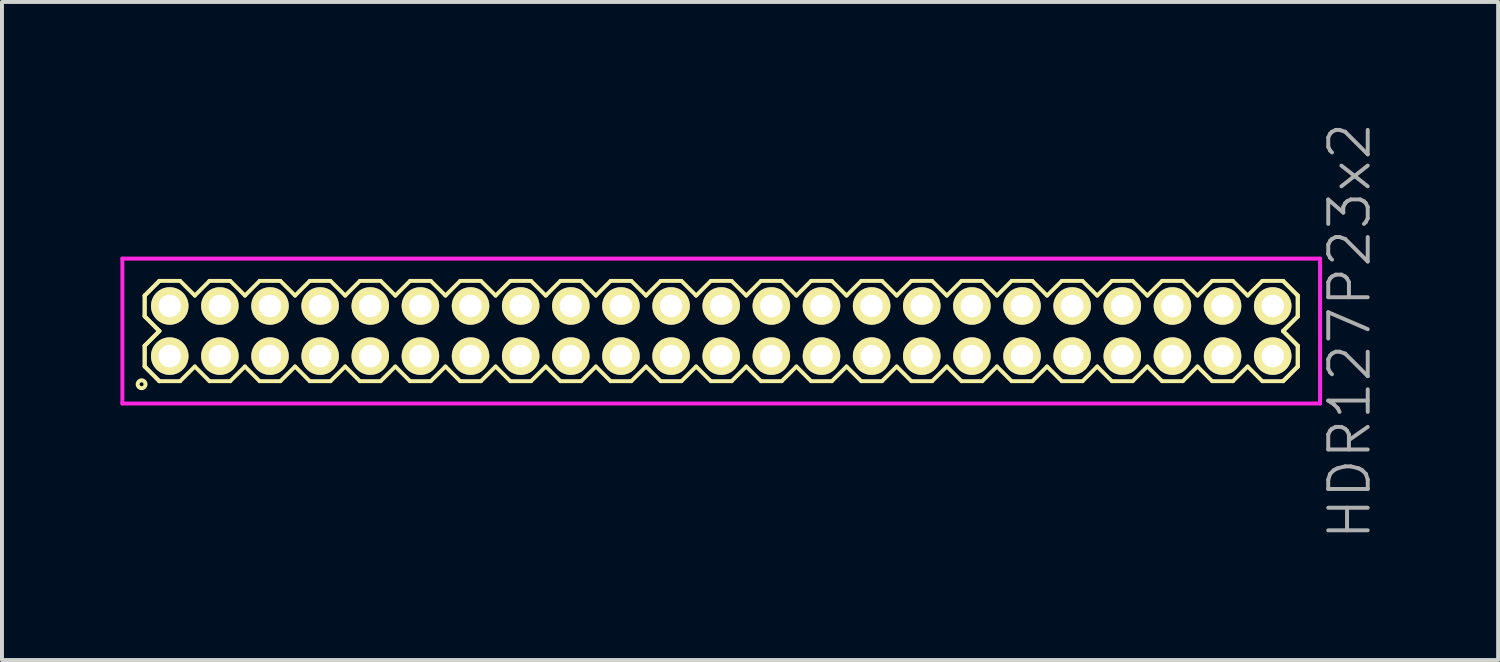
<source format=kicad_pcb>
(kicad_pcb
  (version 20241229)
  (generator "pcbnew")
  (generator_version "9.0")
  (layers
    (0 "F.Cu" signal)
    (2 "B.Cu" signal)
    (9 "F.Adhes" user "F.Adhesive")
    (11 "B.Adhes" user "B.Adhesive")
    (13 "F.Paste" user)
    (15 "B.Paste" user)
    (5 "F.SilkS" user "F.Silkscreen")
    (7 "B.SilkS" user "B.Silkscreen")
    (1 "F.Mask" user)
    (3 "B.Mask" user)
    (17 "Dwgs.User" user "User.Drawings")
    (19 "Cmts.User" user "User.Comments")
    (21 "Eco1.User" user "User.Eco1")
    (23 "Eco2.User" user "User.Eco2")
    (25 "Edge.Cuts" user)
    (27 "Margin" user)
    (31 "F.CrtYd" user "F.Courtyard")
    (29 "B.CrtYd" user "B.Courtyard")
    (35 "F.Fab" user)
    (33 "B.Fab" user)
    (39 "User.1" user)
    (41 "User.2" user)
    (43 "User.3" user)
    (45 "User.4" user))
  (footprint "HDR127P23x2"
    (layer "F.Cu")
    (at 15.22 5.336)
    (property "Reference" "HDR127P23x2" (at 15.92 0 90) (layer "F.Fab") (effects (font (size 1 1) (thickness 0.1))))
    (attr through_hole)
    (fp_line (start -14.605 -0.898) (end -14.233 -1.27) (stroke (width 0.1) (type solid)) (layer "F.SilkS"))
    (fp_line (start -14.605 -0.898) (end -14.233 -1.27) (stroke (width 0.1) (type solid)) (layer "F.SilkS"))
    (fp_line (start -14.605 -0.372) (end -14.605 -0.898) (stroke (width 0.1) (type solid)) (layer "F.SilkS"))
    (fp_line (start -14.605 -0.372) (end -14.605 -0.898) (stroke (width 0.1) (type solid)) (layer "F.SilkS"))
    (fp_line (start -14.605 0.372) (end -14.233 0) (stroke (width 0.1) (type solid)) (layer "F.SilkS"))
    (fp_line (start -14.605 0.372) (end -14.233 0) (stroke (width 0.1) (type solid)) (layer "F.SilkS"))
    (fp_line (start -14.605 0.898) (end -14.605 0.372) (stroke (width 0.1) (type solid)) (layer "F.SilkS"))
    (fp_line (start -14.605 0.898) (end -14.605 0.372) (stroke (width 0.1) (type solid)) (layer "F.SilkS"))
    (fp_line (start -14.233 -1.27) (end -13.707 -1.27) (stroke (width 0.1) (type solid)) (layer "F.SilkS"))
    (fp_line (start -14.233 0) (end -14.605 -0.372) (stroke (width 0.1) (type solid)) (layer "F.SilkS"))
    (fp_line (start -14.233 0) (end -14.605 -0.372) (stroke (width 0.1) (type solid)) (layer "F.SilkS"))
    (fp_line (start -14.233 1.27) (end -14.605 0.898) (stroke (width 0.1) (type solid)) (layer "F.SilkS"))
    (fp_line (start -14.233 1.27) (end -14.605 0.898) (stroke (width 0.1) (type solid)) (layer "F.SilkS"))
    (fp_line (start -13.707 -1.27) (end -13.335 -0.898) (stroke (width 0.1) (type solid)) (layer "F.SilkS"))
    (fp_line (start -13.707 1.27) (end -14.233 1.27) (stroke (width 0.1) (type solid)) (layer "F.SilkS"))
    (fp_line (start -13.335 -0.898) (end -12.963 -1.27) (stroke (width 0.1) (type solid)) (layer "F.SilkS"))
    (fp_line (start -13.335 0.898) (end -13.707 1.27) (stroke (width 0.1) (type solid)) (layer "F.SilkS"))
    (fp_line (start -12.963 -1.27) (end -12.437 -1.27) (stroke (width 0.1) (type solid)) (layer "F.SilkS"))
    (fp_line (start -12.963 1.27) (end -13.335 0.898) (stroke (width 0.1) (type solid)) (layer "F.SilkS"))
    (fp_line (start -12.437 -1.27) (end -12.065 -0.898) (stroke (width 0.1) (type solid)) (layer "F.SilkS"))
    (fp_line (start -12.437 1.27) (end -12.963 1.27) (stroke (width 0.1) (type solid)) (layer "F.SilkS"))
    (fp_line (start -12.065 -0.898) (end -11.693 -1.27) (stroke (width 0.1) (type solid)) (layer "F.SilkS"))
    (fp_line (start -12.065 0.898) (end -12.437 1.27) (stroke (width 0.1) (type solid)) (layer "F.SilkS"))
    (fp_line (start -11.693 -1.27) (end -11.167 -1.27) (stroke (width 0.1) (type solid)) (layer "F.SilkS"))
    (fp_line (start -11.693 1.27) (end -12.065 0.898) (stroke (width 0.1) (type solid)) (layer "F.SilkS"))
    (fp_line (start -11.167 -1.27) (end -10.795 -0.898) (stroke (width 0.1) (type solid)) (layer "F.SilkS"))
    (fp_line (start -11.167 1.27) (end -11.693 1.27) (stroke (width 0.1) (type solid)) (layer "F.SilkS"))
    (fp_line (start -10.795 -0.898) (end -10.423 -1.27) (stroke (width 0.1) (type solid)) (layer "F.SilkS"))
    (fp_line (start -10.795 0.898) (end -11.167 1.27) (stroke (width 0.1) (type solid)) (layer "F.SilkS"))
    (fp_line (start -10.423 -1.27) (end -9.897 -1.27) (stroke (width 0.1) (type solid)) (layer "F.SilkS"))
    (fp_line (start -10.423 1.27) (end -10.795 0.898) (stroke (width 0.1) (type solid)) (layer "F.SilkS"))
    (fp_line (start -9.897 -1.27) (end -9.525 -0.898) (stroke (width 0.1) (type solid)) (layer "F.SilkS"))
    (fp_line (start -9.897 1.27) (end -10.423 1.27) (stroke (width 0.1) (type solid)) (layer "F.SilkS"))
    (fp_line (start -9.525 -0.898) (end -9.153 -1.27) (stroke (width 0.1) (type solid)) (layer "F.SilkS"))
    (fp_line (start -9.525 0.898) (end -9.897 1.27) (stroke (width 0.1) (type solid)) (layer "F.SilkS"))
    (fp_line (start -9.153 -1.27) (end -8.627 -1.27) (stroke (width 0.1) (type solid)) (layer "F.SilkS"))
    (fp_line (start -9.153 1.27) (end -9.525 0.898) (stroke (width 0.1) (type solid)) (layer "F.SilkS"))
    (fp_line (start -8.627 -1.27) (end -8.255 -0.898) (stroke (width 0.1) (type solid)) (layer "F.SilkS"))
    (fp_line (start -8.627 1.27) (end -9.153 1.27) (stroke (width 0.1) (type solid)) (layer "F.SilkS"))
    (fp_line (start -8.255 -0.898) (end -7.883 -1.27) (stroke (width 0.1) (type solid)) (layer "F.SilkS"))
    (fp_line (start -8.255 0.898) (end -8.627 1.27) (stroke (width 0.1) (type solid)) (layer "F.SilkS"))
    (fp_line (start -7.883 -1.27) (end -7.357 -1.27) (stroke (width 0.1) (type solid)) (layer "F.SilkS"))
    (fp_line (start -7.883 1.27) (end -8.255 0.898) (stroke (width 0.1) (type solid)) (layer "F.SilkS"))
    (fp_line (start -7.357 -1.27) (end -6.985 -0.898) (stroke (width 0.1) (type solid)) (layer "F.SilkS"))
    (fp_line (start -7.357 1.27) (end -7.883 1.27) (stroke (width 0.1) (type solid)) (layer "F.SilkS"))
    (fp_line (start -6.985 -0.898) (end -6.613 -1.27) (stroke (width 0.1) (type solid)) (layer "F.SilkS"))
    (fp_line (start -6.985 0.898) (end -7.357 1.27) (stroke (width 0.1) (type solid)) (layer "F.SilkS"))
    (fp_line (start -6.613 -1.27) (end -6.087 -1.27) (stroke (width 0.1) (type solid)) (layer "F.SilkS"))
    (fp_line (start -6.613 1.27) (end -6.985 0.898) (stroke (width 0.1) (type solid)) (layer "F.SilkS"))
    (fp_line (start -6.087 -1.27) (end -5.715 -0.898) (stroke (width 0.1) (type solid)) (layer "F.SilkS"))
    (fp_line (start -6.087 1.27) (end -6.613 1.27) (stroke (width 0.1) (type solid)) (layer "F.SilkS"))
    (fp_line (start -5.715 -0.898) (end -5.343 -1.27) (stroke (width 0.1) (type solid)) (layer "F.SilkS"))
    (fp_line (start -5.715 0.898) (end -6.087 1.27) (stroke (width 0.1) (type solid)) (layer "F.SilkS"))
    (fp_line (start -5.343 -1.27) (end -4.817 -1.27) (stroke (width 0.1) (type solid)) (layer "F.SilkS"))
    (fp_line (start -5.343 1.27) (end -5.715 0.898) (stroke (width 0.1) (type solid)) (layer "F.SilkS"))
    (fp_line (start -4.817 -1.27) (end -4.445 -0.898) (stroke (width 0.1) (type solid)) (layer "F.SilkS"))
    (fp_line (start -4.817 1.27) (end -5.343 1.27) (stroke (width 0.1) (type solid)) (layer "F.SilkS"))
    (fp_line (start -4.445 -0.898) (end -4.073 -1.27) (stroke (width 0.1) (type solid)) (layer "F.SilkS"))
    (fp_line (start -4.445 0.898) (end -4.817 1.27) (stroke (width 0.1) (type solid)) (layer "F.SilkS"))
    (fp_line (start -4.073 -1.27) (end -3.547 -1.27) (stroke (width 0.1) (type solid)) (layer "F.SilkS"))
    (fp_line (start -4.073 1.27) (end -4.445 0.898) (stroke (width 0.1) (type solid)) (layer "F.SilkS"))
    (fp_line (start -3.547 -1.27) (end -3.175 -0.898) (stroke (width 0.1) (type solid)) (layer "F.SilkS"))
    (fp_line (start -3.547 1.27) (end -4.073 1.27) (stroke (width 0.1) (type solid)) (layer "F.SilkS"))
    (fp_line (start -3.175 -0.898) (end -2.803 -1.27) (stroke (width 0.1) (type solid)) (layer "F.SilkS"))
    (fp_line (start -3.175 0.898) (end -3.547 1.27) (stroke (width 0.1) (type solid)) (layer "F.SilkS"))
    (fp_line (start -2.803 -1.27) (end -2.277 -1.27) (stroke (width 0.1) (type solid)) (layer "F.SilkS"))
    (fp_line (start -2.803 1.27) (end -3.175 0.898) (stroke (width 0.1) (type solid)) (layer "F.SilkS"))
    (fp_line (start -2.277 -1.27) (end -1.905 -0.898) (stroke (width 0.1) (type solid)) (layer "F.SilkS"))
    (fp_line (start -2.277 1.27) (end -2.803 1.27) (stroke (width 0.1) (type solid)) (layer "F.SilkS"))
    (fp_line (start -1.905 -0.898) (end -1.533 -1.27) (stroke (width 0.1) (type solid)) (layer "F.SilkS"))
    (fp_line (start -1.905 0.898) (end -2.277 1.27) (stroke (width 0.1) (type solid)) (layer "F.SilkS"))
    (fp_line (start -1.533 -1.27) (end -1.007 -1.27) (stroke (width 0.1) (type solid)) (layer "F.SilkS"))
    (fp_line (start -1.533 1.27) (end -1.905 0.898) (stroke (width 0.1) (type solid)) (layer "F.SilkS"))
    (fp_line (start -1.007 -1.27) (end -0.635 -0.898) (stroke (width 0.1) (type solid)) (layer "F.SilkS"))
    (fp_line (start -1.007 1.27) (end -1.533 1.27) (stroke (width 0.1) (type solid)) (layer "F.SilkS"))
    (fp_line (start -0.635 -0.898) (end -0.263 -1.27) (stroke (width 0.1) (type solid)) (layer "F.SilkS"))
    (fp_line (start -0.635 0.898) (end -1.007 1.27) (stroke (width 0.1) (type solid)) (layer "F.SilkS"))
    (fp_line (start -0.263 -1.27) (end 0.263 -1.27) (stroke (width 0.1) (type solid)) (layer "F.SilkS"))
    (fp_line (start -0.263 1.27) (end -0.635 0.898) (stroke (width 0.1) (type solid)) (layer "F.SilkS"))
    (fp_line (start 0.263 -1.27) (end 0.635 -0.898) (stroke (width 0.1) (type solid)) (layer "F.SilkS"))
    (fp_line (start 0.263 1.27) (end -0.263 1.27) (stroke (width 0.1) (type solid)) (layer "F.SilkS"))
    (fp_line (start 0.635 -0.898) (end 1.007 -1.27) (stroke (width 0.1) (type solid)) (layer "F.SilkS"))
    (fp_line (start 0.635 0.898) (end 0.263 1.27) (stroke (width 0.1) (type solid)) (layer "F.SilkS"))
    (fp_line (start 1.007 -1.27) (end 1.533 -1.27) (stroke (width 0.1) (type solid)) (layer "F.SilkS"))
    (fp_line (start 1.007 1.27) (end 0.635 0.898) (stroke (width 0.1) (type solid)) (layer "F.SilkS"))
    (fp_line (start 1.533 -1.27) (end 1.905 -0.898) (stroke (width 0.1) (type solid)) (layer "F.SilkS"))
    (fp_line (start 1.533 1.27) (end 1.007 1.27) (stroke (width 0.1) (type solid)) (layer "F.SilkS"))
    (fp_line (start 1.905 -0.898) (end 2.277 -1.27) (stroke (width 0.1) (type solid)) (layer "F.SilkS"))
    (fp_line (start 1.905 0.898) (end 1.533 1.27) (stroke (width 0.1) (type solid)) (layer "F.SilkS"))
    (fp_line (start 2.277 -1.27) (end 2.803 -1.27) (stroke (width 0.1) (type solid)) (layer "F.SilkS"))
    (fp_line (start 2.277 1.27) (end 1.905 0.898) (stroke (width 0.1) (type solid)) (layer "F.SilkS"))
    (fp_line (start 2.803 -1.27) (end 3.175 -0.898) (stroke (width 0.1) (type solid)) (layer "F.SilkS"))
    (fp_line (start 2.803 1.27) (end 2.277 1.27) (stroke (width 0.1) (type solid)) (layer "F.SilkS"))
    (fp_line (start 3.175 -0.898) (end 3.547 -1.27) (stroke (width 0.1) (type solid)) (layer "F.SilkS"))
    (fp_line (start 3.175 0.898) (end 2.803 1.27) (stroke (width 0.1) (type solid)) (layer "F.SilkS"))
    (fp_line (start 3.547 -1.27) (end 4.073 -1.27) (stroke (width 0.1) (type solid)) (layer "F.SilkS"))
    (fp_line (start 3.547 1.27) (end 3.175 0.898) (stroke (width 0.1) (type solid)) (layer "F.SilkS"))
    (fp_line (start 4.073 -1.27) (end 4.445 -0.898) (stroke (width 0.1) (type solid)) (layer "F.SilkS"))
    (fp_line (start 4.073 1.27) (end 3.547 1.27) (stroke (width 0.1) (type solid)) (layer "F.SilkS"))
    (fp_line (start 4.445 -0.898) (end 4.817 -1.27) (stroke (width 0.1) (type solid)) (layer "F.SilkS"))
    (fp_line (start 4.445 0.898) (end 4.073 1.27) (stroke (width 0.1) (type solid)) (layer "F.SilkS"))
    (fp_line (start 4.817 -1.27) (end 5.343 -1.27) (stroke (width 0.1) (type solid)) (layer "F.SilkS"))
    (fp_line (start 4.817 1.27) (end 4.445 0.898) (stroke (width 0.1) (type solid)) (layer "F.SilkS"))
    (fp_line (start 5.343 -1.27) (end 5.715 -0.898) (stroke (width 0.1) (type solid)) (layer "F.SilkS"))
    (fp_line (start 5.343 1.27) (end 4.817 1.27) (stroke (width 0.1) (type solid)) (layer "F.SilkS"))
    (fp_line (start 5.715 -0.898) (end 6.087 -1.27) (stroke (width 0.1) (type solid)) (layer "F.SilkS"))
    (fp_line (start 5.715 0.898) (end 5.343 1.27) (stroke (width 0.1) (type solid)) (layer "F.SilkS"))
    (fp_line (start 6.087 -1.27) (end 6.613 -1.27) (stroke (width 0.1) (type solid)) (layer "F.SilkS"))
    (fp_line (start 6.087 1.27) (end 5.715 0.898) (stroke (width 0.1) (type solid)) (layer "F.SilkS"))
    (fp_line (start 6.613 -1.27) (end 6.985 -0.898) (stroke (width 0.1) (type solid)) (layer "F.SilkS"))
    (fp_line (start 6.613 1.27) (end 6.087 1.27) (stroke (width 0.1) (type solid)) (layer "F.SilkS"))
    (fp_line (start 6.985 -0.898) (end 7.357 -1.27) (stroke (width 0.1) (type solid)) (layer "F.SilkS"))
    (fp_line (start 6.985 0.898) (end 6.613 1.27) (stroke (width 0.1) (type solid)) (layer "F.SilkS"))
    (fp_line (start 7.357 -1.27) (end 7.883 -1.27) (stroke (width 0.1) (type solid)) (layer "F.SilkS"))
    (fp_line (start 7.357 1.27) (end 6.985 0.898) (stroke (width 0.1) (type solid)) (layer "F.SilkS"))
    (fp_line (start 7.883 -1.27) (end 8.255 -0.898) (stroke (width 0.1) (type solid)) (layer "F.SilkS"))
    (fp_line (start 7.883 1.27) (end 7.357 1.27) (stroke (width 0.1) (type solid)) (layer "F.SilkS"))
    (fp_line (start 8.255 -0.898) (end 8.627 -1.27) (stroke (width 0.1) (type solid)) (layer "F.SilkS"))
    (fp_line (start 8.255 0.898) (end 7.883 1.27) (stroke (width 0.1) (type solid)) (layer "F.SilkS"))
    (fp_line (start 8.627 -1.27) (end 9.153 -1.27) (stroke (width 0.1) (type solid)) (layer "F.SilkS"))
    (fp_line (start 8.627 1.27) (end 8.255 0.898) (stroke (width 0.1) (type solid)) (layer "F.SilkS"))
    (fp_line (start 9.153 -1.27) (end 9.525 -0.898) (stroke (width 0.1) (type solid)) (layer "F.SilkS"))
    (fp_line (start 9.153 1.27) (end 8.627 1.27) (stroke (width 0.1) (type solid)) (layer "F.SilkS"))
    (fp_line (start 9.525 -0.898) (end 9.897 -1.27) (stroke (width 0.1) (type solid)) (layer "F.SilkS"))
    (fp_line (start 9.525 0.898) (end 9.153 1.27) (stroke (width 0.1) (type solid)) (layer "F.SilkS"))
    (fp_line (start 9.897 -1.27) (end 10.423 -1.27) (stroke (width 0.1) (type solid)) (layer "F.SilkS"))
    (fp_line (start 9.897 1.27) (end 9.525 0.898) (stroke (width 0.1) (type solid)) (layer "F.SilkS"))
    (fp_line (start 10.423 -1.27) (end 10.795 -0.898) (stroke (width 0.1) (type solid)) (layer "F.SilkS"))
    (fp_line (start 10.423 1.27) (end 9.897 1.27) (stroke (width 0.1) (type solid)) (layer "F.SilkS"))
    (fp_line (start 10.795 -0.898) (end 11.167 -1.27) (stroke (width 0.1) (type solid)) (layer "F.SilkS"))
    (fp_line (start 10.795 0.898) (end 10.423 1.27) (stroke (width 0.1) (type solid)) (layer "F.SilkS"))
    (fp_line (start 11.167 -1.27) (end 11.693 -1.27) (stroke (width 0.1) (type solid)) (layer "F.SilkS"))
    (fp_line (start 11.167 1.27) (end 10.795 0.898) (stroke (width 0.1) (type solid)) (layer "F.SilkS"))
    (fp_line (start 11.693 -1.27) (end 12.065 -0.898) (stroke (width 0.1) (type solid)) (layer "F.SilkS"))
    (fp_line (start 11.693 1.27) (end 11.167 1.27) (stroke (width 0.1) (type solid)) (layer "F.SilkS"))
    (fp_line (start 12.065 -0.898) (end 12.437 -1.27) (stroke (width 0.1) (type solid)) (layer "F.SilkS"))
    (fp_line (start 12.065 0.898) (end 11.693 1.27) (stroke (width 0.1) (type solid)) (layer "F.SilkS"))
    (fp_line (start 12.437 -1.27) (end 12.963 -1.27) (stroke (width 0.1) (type solid)) (layer "F.SilkS"))
    (fp_line (start 12.437 1.27) (end 12.065 0.898) (stroke (width 0.1) (type solid)) (layer "F.SilkS"))
    (fp_line (start 12.963 -1.27) (end 13.335 -0.898) (stroke (width 0.1) (type solid)) (layer "F.SilkS"))
    (fp_line (start 12.963 1.27) (end 12.437 1.27) (stroke (width 0.1) (type solid)) (layer "F.SilkS"))
    (fp_line (start 13.335 -0.898) (end 13.707 -1.27) (stroke (width 0.1) (type solid)) (layer "F.SilkS"))
    (fp_line (start 13.335 0.898) (end 12.963 1.27) (stroke (width 0.1) (type solid)) (layer "F.SilkS"))
    (fp_line (start 13.707 -1.27) (end 14.233 -1.27) (stroke (width 0.1) (type solid)) (layer "F.SilkS"))
    (fp_line (start 13.707 1.27) (end 13.335 0.898) (stroke (width 0.1) (type solid)) (layer "F.SilkS"))
    (fp_line (start 14.233 -1.27) (end 14.605 -0.898) (stroke (width 0.1) (type solid)) (layer "F.SilkS"))
    (fp_line (start 14.233 -1.27) (end 14.605 -0.898) (stroke (width 0.1) (type solid)) (layer "F.SilkS"))
    (fp_line (start 14.233 0) (end 14.605 0.372) (stroke (width 0.1) (type solid)) (layer "F.SilkS"))
    (fp_line (start 14.233 0) (end 14.605 0.372) (stroke (width 0.1) (type solid)) (layer "F.SilkS"))
    (fp_line (start 14.233 1.27) (end 13.707 1.27) (stroke (width 0.1) (type solid)) (layer "F.SilkS"))
    (fp_line (start 14.605 -0.898) (end 14.605 -0.372) (stroke (width 0.1) (type solid)) (layer "F.SilkS"))
    (fp_line (start 14.605 -0.898) (end 14.605 -0.372) (stroke (width 0.1) (type solid)) (layer "F.SilkS"))
    (fp_line (start 14.605 -0.372) (end 14.233 0) (stroke (width 0.1) (type solid)) (layer "F.SilkS"))
    (fp_line (start 14.605 -0.372) (end 14.233 0) (stroke (width 0.1) (type solid)) (layer "F.SilkS"))
    (fp_line (start 14.605 0.372) (end 14.605 0.898) (stroke (width 0.1) (type solid)) (layer "F.SilkS"))
    (fp_line (start 14.605 0.372) (end 14.605 0.898) (stroke (width 0.1) (type solid)) (layer "F.SilkS"))
    (fp_line (start 14.605 0.898) (end 14.233 1.27) (stroke (width 0.1) (type solid)) (layer "F.SilkS"))
    (fp_line (start 14.605 0.898) (end 14.233 1.27) (stroke (width 0.1) (type solid)) (layer "F.SilkS"))
    (fp_circle (center -14.683 1.348) (end -14.583 1.348) (stroke (width 0.1) (type solid)) (fill no) (layer "F.SilkS"))
    (fp_line (start -15.17 -1.835) (end -15.17 1.835) (stroke (width 0.1) (type solid)) (layer "F.CrtYd"))
    (fp_line (start -15.17 1.835) (end 15.17 1.835) (stroke (width 0.1) (type solid)) (layer "F.CrtYd"))
    (fp_line (start 15.17 -1.835) (end -15.17 -1.835) (stroke (width 0.1) (type solid)) (layer "F.CrtYd"))
    (fp_line (start 15.17 1.835) (end 15.17 -1.835) (stroke (width 0.1) (type solid)) (layer "F.CrtYd"))
    (pad "1" thru_hole oval (at -13.97 0.635) (size 0.95 0.95) (drill 0.57) (layers "*.Cu" "*.Mask" "F.SilkS"))
    (pad "2" thru_hole oval (at -13.97 -0.635) (size 0.95 0.95) (drill 0.57) (layers "*.Cu" "*.Mask" "F.SilkS"))
    (pad "3" thru_hole oval (at -12.7 0.635) (size 0.95 0.95) (drill 0.57) (layers "*.Cu" "*.Mask" "F.SilkS"))
    (pad "4" thru_hole oval (at -12.7 -0.635) (size 0.95 0.95) (drill 0.57) (layers "*.Cu" "*.Mask" "F.SilkS"))
    (pad "5" thru_hole oval (at -11.43 0.635) (size 0.95 0.95) (drill 0.57) (layers "*.Cu" "*.Mask" "F.SilkS"))
    (pad "6" thru_hole oval (at -11.43 -0.635) (size 0.95 0.95) (drill 0.57) (layers "*.Cu" "*.Mask" "F.SilkS"))
    (pad "7" thru_hole oval (at -10.16 0.635) (size 0.95 0.95) (drill 0.57) (layers "*.Cu" "*.Mask" "F.SilkS"))
    (pad "8" thru_hole oval (at -10.16 -0.635) (size 0.95 0.95) (drill 0.57) (layers "*.Cu" "*.Mask" "F.SilkS"))
    (pad "9" thru_hole oval (at -8.89 0.635) (size 0.95 0.95) (drill 0.57) (layers "*.Cu" "*.Mask" "F.SilkS"))
    (pad "10" thru_hole oval (at -8.89 -0.635) (size 0.95 0.95) (drill 0.57) (layers "*.Cu" "*.Mask" "F.SilkS"))
    (pad "11" thru_hole oval (at -7.62 0.635) (size 0.95 0.95) (drill 0.57) (layers "*.Cu" "*.Mask" "F.SilkS"))
    (pad "12" thru_hole oval (at -7.62 -0.635) (size 0.95 0.95) (drill 0.57) (layers "*.Cu" "*.Mask" "F.SilkS"))
    (pad "13" thru_hole oval (at -6.35 0.635) (size 0.95 0.95) (drill 0.57) (layers "*.Cu" "*.Mask" "F.SilkS"))
    (pad "14" thru_hole oval (at -6.35 -0.635) (size 0.95 0.95) (drill 0.57) (layers "*.Cu" "*.Mask" "F.SilkS"))
    (pad "15" thru_hole oval (at -5.08 0.635) (size 0.95 0.95) (drill 0.57) (layers "*.Cu" "*.Mask" "F.SilkS"))
    (pad "16" thru_hole oval (at -5.08 -0.635) (size 0.95 0.95) (drill 0.57) (layers "*.Cu" "*.Mask" "F.SilkS"))
    (pad "17" thru_hole oval (at -3.81 0.635) (size 0.95 0.95) (drill 0.57) (layers "*.Cu" "*.Mask" "F.SilkS"))
    (pad "18" thru_hole oval (at -3.81 -0.635) (size 0.95 0.95) (drill 0.57) (layers "*.Cu" "*.Mask" "F.SilkS"))
    (pad "19" thru_hole oval (at -2.54 0.635) (size 0.95 0.95) (drill 0.57) (layers "*.Cu" "*.Mask" "F.SilkS"))
    (pad "20" thru_hole oval (at -2.54 -0.635) (size 0.95 0.95) (drill 0.57) (layers "*.Cu" "*.Mask" "F.SilkS"))
    (pad "21" thru_hole oval (at -1.27 0.635) (size 0.95 0.95) (drill 0.57) (layers "*.Cu" "*.Mask" "F.SilkS"))
    (pad "22" thru_hole oval (at -1.27 -0.635) (size 0.95 0.95) (drill 0.57) (layers "*.Cu" "*.Mask" "F.SilkS"))
    (pad "23" thru_hole oval (at 0 0.635) (size 0.95 0.95) (drill 0.57) (layers "*.Cu" "*.Mask" "F.SilkS"))
    (pad "24" thru_hole oval (at 0 -0.635) (size 0.95 0.95) (drill 0.57) (layers "*.Cu" "*.Mask" "F.SilkS"))
    (pad "25" thru_hole oval (at 1.27 0.635) (size 0.95 0.95) (drill 0.57) (layers "*.Cu" "*.Mask" "F.SilkS"))
    (pad "26" thru_hole oval (at 1.27 -0.635) (size 0.95 0.95) (drill 0.57) (layers "*.Cu" "*.Mask" "F.SilkS"))
    (pad "27" thru_hole oval (at 2.54 0.635) (size 0.95 0.95) (drill 0.57) (layers "*.Cu" "*.Mask" "F.SilkS"))
    (pad "28" thru_hole oval (at 2.54 -0.635) (size 0.95 0.95) (drill 0.57) (layers "*.Cu" "*.Mask" "F.SilkS"))
    (pad "29" thru_hole oval (at 3.81 0.635) (size 0.95 0.95) (drill 0.57) (layers "*.Cu" "*.Mask" "F.SilkS"))
    (pad "30" thru_hole oval (at 3.81 -0.635) (size 0.95 0.95) (drill 0.57) (layers "*.Cu" "*.Mask" "F.SilkS"))
    (pad "31" thru_hole oval (at 5.08 0.635) (size 0.95 0.95) (drill 0.57) (layers "*.Cu" "*.Mask" "F.SilkS"))
    (pad "32" thru_hole oval (at 5.08 -0.635) (size 0.95 0.95) (drill 0.57) (layers "*.Cu" "*.Mask" "F.SilkS"))
    (pad "33" thru_hole oval (at 6.35 0.635) (size 0.95 0.95) (drill 0.57) (layers "*.Cu" "*.Mask" "F.SilkS"))
    (pad "34" thru_hole oval (at 6.35 -0.635) (size 0.95 0.95) (drill 0.57) (layers "*.Cu" "*.Mask" "F.SilkS"))
    (pad "35" thru_hole oval (at 7.62 0.635) (size 0.95 0.95) (drill 0.57) (layers "*.Cu" "*.Mask" "F.SilkS"))
    (pad "36" thru_hole oval (at 7.62 -0.635) (size 0.95 0.95) (drill 0.57) (layers "*.Cu" "*.Mask" "F.SilkS"))
    (pad "37" thru_hole oval (at 8.89 0.635) (size 0.95 0.95) (drill 0.57) (layers "*.Cu" "*.Mask" "F.SilkS"))
    (pad "38" thru_hole oval (at 8.89 -0.635) (size 0.95 0.95) (drill 0.57) (layers "*.Cu" "*.Mask" "F.SilkS"))
    (pad "39" thru_hole oval (at 10.16 0.635) (size 0.95 0.95) (drill 0.57) (layers "*.Cu" "*.Mask" "F.SilkS"))
    (pad "40" thru_hole oval (at 10.16 -0.635) (size 0.95 0.95) (drill 0.57) (layers "*.Cu" "*.Mask" "F.SilkS"))
    (pad "41" thru_hole oval (at 11.43 0.635) (size 0.95 0.95) (drill 0.57) (layers "*.Cu" "*.Mask" "F.SilkS"))
    (pad "42" thru_hole oval (at 11.43 -0.635) (size 0.95 0.95) (drill 0.57) (layers "*.Cu" "*.Mask" "F.SilkS"))
    (pad "43" thru_hole oval (at 12.7 0.635) (size 0.95 0.95) (drill 0.57) (layers "*.Cu" "*.Mask" "F.SilkS"))
    (pad "44" thru_hole oval (at 12.7 -0.635) (size 0.95 0.95) (drill 0.57) (layers "*.Cu" "*.Mask" "F.SilkS"))
    (pad "45" thru_hole oval (at 13.97 0.635) (size 0.95 0.95) (drill 0.57) (layers "*.Cu" "*.Mask" "F.SilkS"))
    (pad "46" thru_hole oval (at 13.97 -0.635) (size 0.95 0.95) (drill 0.57) (layers "*.Cu" "*.Mask" "F.SilkS")))
  (gr_rect
    (start -3 -3)
    (end 34.901 13.671)
    (stroke (width 0.1) (type default))
    (fill no)
    (layer "Edge.Cuts")))
</source>
